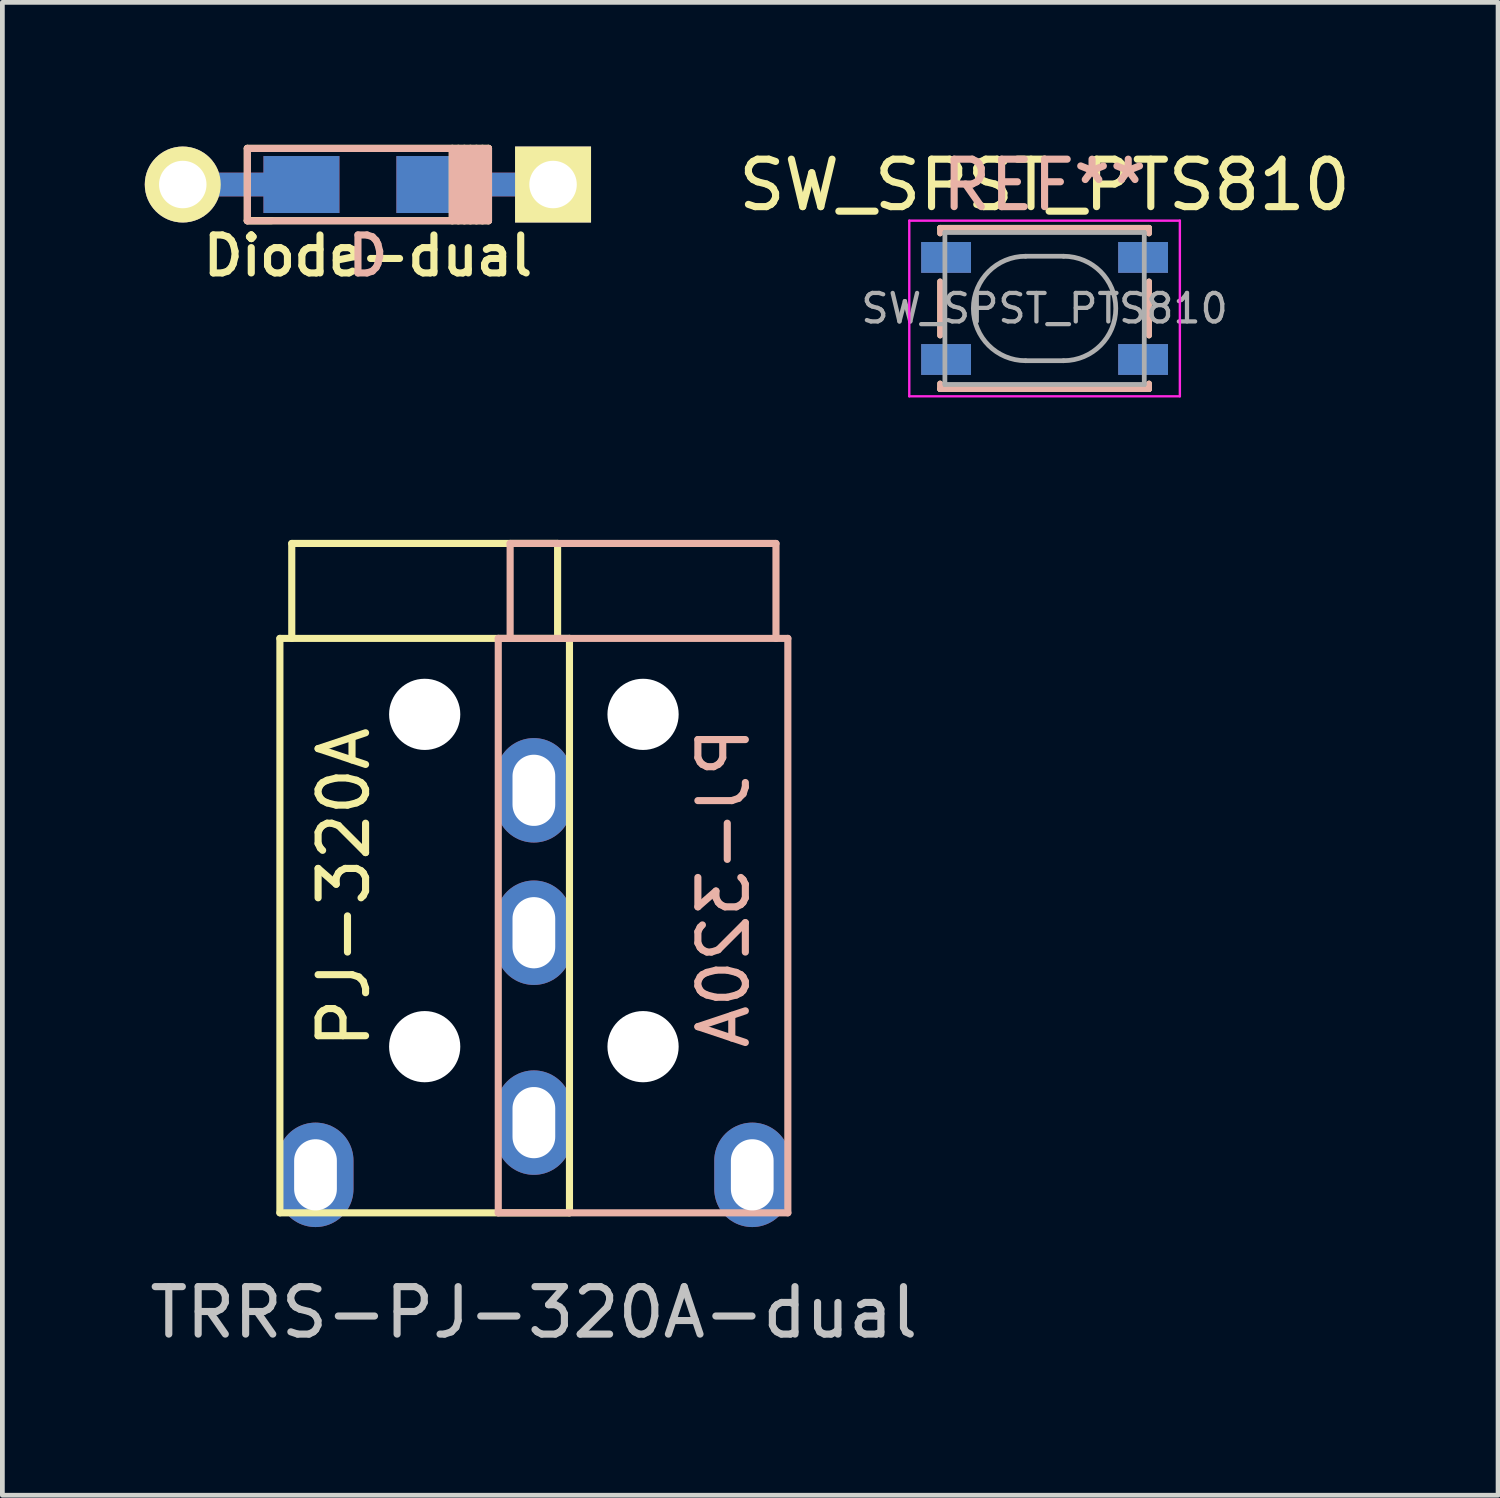
<source format=kicad_pcb>
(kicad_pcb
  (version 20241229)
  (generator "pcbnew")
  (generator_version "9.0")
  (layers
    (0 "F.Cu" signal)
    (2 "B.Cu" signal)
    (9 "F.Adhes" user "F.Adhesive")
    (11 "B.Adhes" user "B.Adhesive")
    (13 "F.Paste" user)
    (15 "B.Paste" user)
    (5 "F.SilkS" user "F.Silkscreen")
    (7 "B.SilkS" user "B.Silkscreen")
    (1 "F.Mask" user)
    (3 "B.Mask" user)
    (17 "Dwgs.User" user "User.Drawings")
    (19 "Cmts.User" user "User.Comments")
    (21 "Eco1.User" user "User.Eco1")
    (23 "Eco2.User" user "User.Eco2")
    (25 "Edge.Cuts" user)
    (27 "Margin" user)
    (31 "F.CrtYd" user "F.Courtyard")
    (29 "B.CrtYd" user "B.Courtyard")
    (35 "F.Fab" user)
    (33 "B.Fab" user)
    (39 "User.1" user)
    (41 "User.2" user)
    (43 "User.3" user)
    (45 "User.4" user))
  (footprint "SW_SPST_PTS810"
    (layer "F.Cu")
    (at 18.954 3.448)
    (property "Reference" "SW_SPST_PTS810" (at 0 -2.6 0) (layer "F.SilkS") (effects (font (size 1 1) (thickness 0.15))))
    (attr smd)
    (fp_line (start -2.2 -1.7) (end -2.2 -1.58) (stroke (width 0.12) (type solid)) (layer "F.SilkS"))
    (fp_line (start -2.2 -0.57) (end -2.2 0.57) (stroke (width 0.12) (type solid)) (layer "F.SilkS"))
    (fp_line (start -2.2 1.58) (end -2.2 1.7) (stroke (width 0.12) (type solid)) (layer "F.SilkS"))
    (fp_line (start -2.2 1.7) (end 2.2 1.7) (stroke (width 0.12) (type solid)) (layer "F.SilkS"))
    (fp_line (start 2.2 -1.7) (end -2.2 -1.7) (stroke (width 0.12) (type solid)) (layer "F.SilkS"))
    (fp_line (start 2.2 -1.58) (end 2.2 -1.7) (stroke (width 0.12) (type solid)) (layer "F.SilkS"))
    (fp_line (start 2.2 0.57) (end 2.2 -0.57) (stroke (width 0.12) (type solid)) (layer "F.SilkS"))
    (fp_line (start 2.2 1.7) (end 2.2 1.58) (stroke (width 0.12) (type solid)) (layer "F.SilkS"))
    (fp_line (start -2.2 -1.7) (end -2.2 -1.58) (stroke (width 0.12) (type solid)) (layer "B.SilkS"))
    (fp_line (start -2.2 -0.57) (end -2.2 0.57) (stroke (width 0.12) (type solid)) (layer "B.SilkS"))
    (fp_line (start -2.2 1.58) (end -2.2 1.7) (stroke (width 0.12) (type solid)) (layer "B.SilkS"))
    (fp_line (start -2.2 1.7) (end 2.2 1.7) (stroke (width 0.12) (type solid)) (layer "B.SilkS"))
    (fp_line (start 2.2 -1.7) (end -2.2 -1.7) (stroke (width 0.12) (type solid)) (layer "B.SilkS"))
    (fp_line (start 2.2 -1.58) (end 2.2 -1.7) (stroke (width 0.12) (type solid)) (layer "B.SilkS"))
    (fp_line (start 2.2 0.57) (end 2.2 -0.57) (stroke (width 0.12) (type solid)) (layer "B.SilkS"))
    (fp_line (start 2.2 1.7) (end 2.2 1.58) (stroke (width 0.12) (type solid)) (layer "B.SilkS"))
    (fp_line (start -2.85 -1.85) (end 2.85 -1.85) (stroke (width 0.05) (type solid)) (layer "F.CrtYd"))
    (fp_line (start -2.85 1.85) (end -2.85 -1.85) (stroke (width 0.05) (type solid)) (layer "F.CrtYd"))
    (fp_line (start 2.85 -1.85) (end 2.85 1.85) (stroke (width 0.05) (type solid)) (layer "F.CrtYd"))
    (fp_line (start 2.85 1.85) (end -2.85 1.85) (stroke (width 0.05) (type solid)) (layer "F.CrtYd"))
    (fp_line (start -2.1 -1.6) (end -2.1 1.6) (stroke (width 0.1) (type solid)) (layer "F.Fab"))
    (fp_line (start -2.1 1.6) (end 2.1 1.6) (stroke (width 0.1) (type solid)) (layer "F.Fab"))
    (fp_line (start -0.4 -1.1) (end 0.4 -1.1) (stroke (width 0.1) (type solid)) (layer "F.Fab"))
    (fp_line (start 0.4 1.1) (end -0.4 1.1) (stroke (width 0.1) (type solid)) (layer "F.Fab"))
    (fp_line (start 2.1 -1.6) (end -2.1 -1.6) (stroke (width 0.1) (type solid)) (layer "F.Fab"))
    (fp_line (start 2.1 1.6) (end 2.1 -1.6) (stroke (width 0.1) (type solid)) (layer "F.Fab"))
    (fp_arc (start -0.4 1.1) (mid -1.5 0) (end -0.4 -1.1) (stroke (width 0.1) (type solid)) (layer "F.Fab"))
    (fp_arc (start 0.4 -1.1) (mid 1.5 0) (end 0.4 1.1) (stroke (width 0.1) (type solid)) (layer "F.Fab"))
    (fp_text user "REF**" (at 0 -2.6 0) (layer "B.SilkS") (effects (font (size 1 1) (thickness 0.15))))
    (fp_text user "${REFERENCE}" (at 0 0 0) (layer "F.Fab") (effects (font (size 0.6 0.6) (thickness 0.09))))
    (pad "1" smd rect (at -2.075 -1.075) (size 1.05 0.65) (layers "F.Cu" "F.Mask" "F.Paste"))
    (pad "1" smd rect (at -2.075 -1.075) (size 1.05 0.65) (layers "B.Cu" "B.Mask" "B.Paste"))
    (pad "1" smd rect (at 2.075 -1.075) (size 1.05 0.65) (layers "F.Cu" "F.Mask" "F.Paste"))
    (pad "1" smd rect (at 2.075 -1.075) (size 1.05 0.65) (layers "B.Cu" "B.Mask" "B.Paste"))
    (pad "2" smd rect (at -2.075 1.075) (size 1.05 0.65) (layers "F.Cu" "F.Mask" "F.Paste"))
    (pad "2" smd rect (at -2.075 1.075) (size 1.05 0.65) (layers "B.Cu" "B.Mask" "B.Paste"))
    (pad "2" smd rect (at 2.075 1.075) (size 1.05 0.65) (layers "F.Cu" "F.Mask" "F.Paste"))
    (pad "2" smd rect (at 2.075 1.075) (size 1.05 0.65) (layers "B.Cu" "B.Mask" "B.Paste")))
  (footprint "Diode-dual"
    (layer "F.Cu")
    (at 4.7 0.837)
    (property "Reference" "Diode-dual" (at 0 1.5 180) (layer "F.SilkS") (effects (font (size 0.8 0.8) (thickness 0.15))))
    (attr smd)
    (fp_line (start -2.54 -0.762) (end -2.54 0.762) (stroke (width 0.15) (type solid)) (layer "F.SilkS"))
    (fp_line (start -2.54 0.762) (end -2.032 0.762) (stroke (width 0.15) (type solid)) (layer "F.SilkS"))
    (fp_line (start -2.54 0.762) (end 2.54 0.762) (stroke (width 0.15) (type solid)) (layer "F.SilkS"))
    (fp_line (start 1.778 0.762) (end 1.778 -0.762) (stroke (width 0.15) (type solid)) (layer "F.SilkS"))
    (fp_line (start 1.905 0.762) (end 1.905 -0.762) (stroke (width 0.15) (type solid)) (layer "F.SilkS"))
    (fp_line (start 2.032 -0.762) (end 2.032 0.762) (stroke (width 0.15) (type solid)) (layer "F.SilkS"))
    (fp_line (start 2.159 0.762) (end 2.159 -0.762) (stroke (width 0.15) (type solid)) (layer "F.SilkS"))
    (fp_line (start 2.286 -0.762) (end 2.286 0.762) (stroke (width 0.15) (type solid)) (layer "F.SilkS"))
    (fp_line (start 2.413 0.762) (end 2.413 -0.762) (stroke (width 0.15) (type solid)) (layer "F.SilkS"))
    (fp_line (start 2.54 -0.762) (end -2.54 -0.762) (stroke (width 0.15) (type solid)) (layer "F.SilkS"))
    (fp_line (start 2.54 0.762) (end 2.54 -0.762) (stroke (width 0.15) (type solid)) (layer "F.SilkS"))
    (fp_line (start -2.54 -0.76) (end -2.54 0.764) (stroke (width 0.15) (type solid)) (layer "B.SilkS"))
    (fp_line (start -2.54 0.764) (end 2.54 0.764) (stroke (width 0.15) (type solid)) (layer "B.SilkS"))
    (fp_line (start 1.778 0.764) (end 1.778 -0.76) (stroke (width 0.15) (type solid)) (layer "B.SilkS"))
    (fp_line (start 1.905 0.764) (end 1.905 -0.76) (stroke (width 0.15) (type solid)) (layer "B.SilkS"))
    (fp_line (start 2.032 -0.76) (end 2.032 0.764) (stroke (width 0.15) (type solid)) (layer "B.SilkS"))
    (fp_line (start 2.159 0.764) (end 2.159 -0.76) (stroke (width 0.15) (type solid)) (layer "B.SilkS"))
    (fp_line (start 2.286 -0.76) (end 2.286 0.764) (stroke (width 0.15) (type solid)) (layer "B.SilkS"))
    (fp_line (start 2.413 0.764) (end 2.413 -0.76) (stroke (width 0.15) (type solid)) (layer "B.SilkS"))
    (fp_line (start 2.54 -0.76) (end -2.54 -0.76) (stroke (width 0.15) (type solid)) (layer "B.SilkS"))
    (fp_line (start 2.54 0.764) (end 2.54 -0.76) (stroke (width 0.15) (type solid)) (layer "B.SilkS"))
    (fp_text user "D" (at 0 1.5 0) (layer "B.SilkS") (effects (font (size 0.8 0.8) (thickness 0.15))))
    (pad "1" smd rect (at 1.4 0) (size 1.6 1.2) (layers "F.Cu" "F.Mask" "F.Paste"))
    (pad "1" smd rect (at 1.4 0) (size 1.6 1.2) (layers "B.Cu" "B.Mask" "B.Paste"))
    (pad "1" smd rect (at 2.5 0) (size 2.9 0.5) (layers "F.Cu"))
    (pad "1" smd rect (at 2.5 0) (size 2.9 0.5) (layers "B.Cu"))
    (pad "1" thru_hole rect (at 3.9 0) (size 1.6 1.6) (drill 1) (layers "*.Cu" "*.Mask" "F.SilkS"))
    (pad "2" thru_hole circle (at -3.9 0) (size 1.6 1.6) (drill 1) (layers "*.Cu" "*.Mask" "F.SilkS"))
    (pad "2" smd rect (at -2.5 0) (size 2.9 0.5) (layers "F.Cu"))
    (pad "2" smd rect (at -2.5 0) (size 2.9 0.5) (layers "B.Cu"))
    (pad "2" smd rect (at -1.4 0) (size 1.6 1.2) (layers "F.Cu" "F.Mask" "F.Paste"))
    (pad "2" smd rect (at -1.4 0) (size 1.6 1.2) (layers "B.Cu" "B.Mask" "B.Paste")))
  (footprint "TRRS-PJ-320A-dual"
    (layer "F.Cu")
    (at 8.196 10.398)
    (property "Reference" "TRRS-PJ-320A-dual" (at 0 14.2 0) (layer "Dwgs.User") (effects (font (size 1 1) (thickness 0.15))))
    (attr through_hole)
    (fp_line (start -5.35 0) (end -5.35 12.1) (stroke (width 0.15) (type solid)) (layer "F.SilkS"))
    (fp_line (start -5.1 0) (end -5.1 -2) (stroke (width 0.15) (type solid)) (layer "F.SilkS"))
    (fp_line (start 0.5 -2) (end -5.1 -2) (stroke (width 0.15) (type solid)) (layer "F.SilkS"))
    (fp_line (start 0.5 0) (end 0.5 -2) (stroke (width 0.15) (type solid)) (layer "F.SilkS"))
    (fp_line (start 0.75 0) (end -5.35 0) (stroke (width 0.15) (type solid)) (layer "F.SilkS"))
    (fp_line (start 0.75 0) (end 0.75 12.1) (stroke (width 0.15) (type solid)) (layer "F.SilkS"))
    (fp_line (start 0.75 12.1) (end -5.35 12.1) (stroke (width 0.15) (type solid)) (layer "F.SilkS"))
    (fp_line (start -0.75 0) (end -0.75 12.1) (stroke (width 0.15) (type solid)) (layer "B.SilkS"))
    (fp_line (start -0.75 0) (end 5.35 0) (stroke (width 0.15) (type solid)) (layer "B.SilkS"))
    (fp_line (start -0.75 12.1) (end 5.35 12.1) (stroke (width 0.15) (type solid)) (layer "B.SilkS"))
    (fp_line (start -0.5 -2) (end 5.1 -2) (stroke (width 0.15) (type solid)) (layer "B.SilkS"))
    (fp_line (start -0.5 0) (end -0.5 -2) (stroke (width 0.15) (type solid)) (layer "B.SilkS"))
    (fp_line (start 5.1 0) (end 5.1 -2) (stroke (width 0.15) (type solid)) (layer "B.SilkS"))
    (fp_line (start 5.35 0) (end 5.35 12.1) (stroke (width 0.15) (type solid)) (layer "B.SilkS"))
    (fp_text user "PJ-320A" (at -4 5.25 90) (layer "F.SilkS") (effects (font (size 1 1) (thickness 0.15))))
    (fp_text user "PJ-320A" (at 4 5.25 270) (layer "B.SilkS") (effects (font (size 1 1) (thickness 0.15)) (justify mirror)))
    (pad "" np_thru_hole circle (at -2.3 1.6) (size 1.5 1.5) (drill 1.5) (layers "*.Cu" "*.Mask"))
    (pad "" np_thru_hole circle (at -2.3 8.6) (size 1.5 1.5) (drill 1.5) (layers "*.Cu" "*.Mask"))
    (pad "" np_thru_hole circle (at 2.3 1.6) (size 1.5 1.5) (drill 1.5) (layers "*.Cu" "*.Mask"))
    (pad "" np_thru_hole circle (at 2.3 8.6) (size 1.5 1.5) (drill 1.5) (layers "*.Cu" "*.Mask"))
    (pad "1" thru_hole oval (at -4.6 11.3) (size 1.6 2.2) (drill oval 0.9 1.5) (layers "*.Cu" "*.Mask"))
    (pad "1" thru_hole oval (at 4.6 11.3) (size 1.6 2.2) (drill oval 0.9 1.5) (layers "*.Cu" "*.Mask"))
    (pad "2" thru_hole oval (at 0 10.2) (size 1.6 2.2) (drill oval 0.9 1.5) (layers "*.Cu" "*.Mask"))
    (pad "3" thru_hole oval (at 0 6.2) (size 1.6 2.2) (drill oval 0.9 1.5) (layers "*.Cu" "*.Mask"))
    (pad "4" thru_hole oval (at 0 3.2) (size 1.6 2.2) (drill oval 0.9 1.5) (layers "*.Cu" "*.Mask")))
  (gr_rect
    (start -3 -3)
    (end 28.507 28.447)
    (stroke (width 0.1) (type default))
    (fill no)
    (layer "Edge.Cuts")))
</source>
